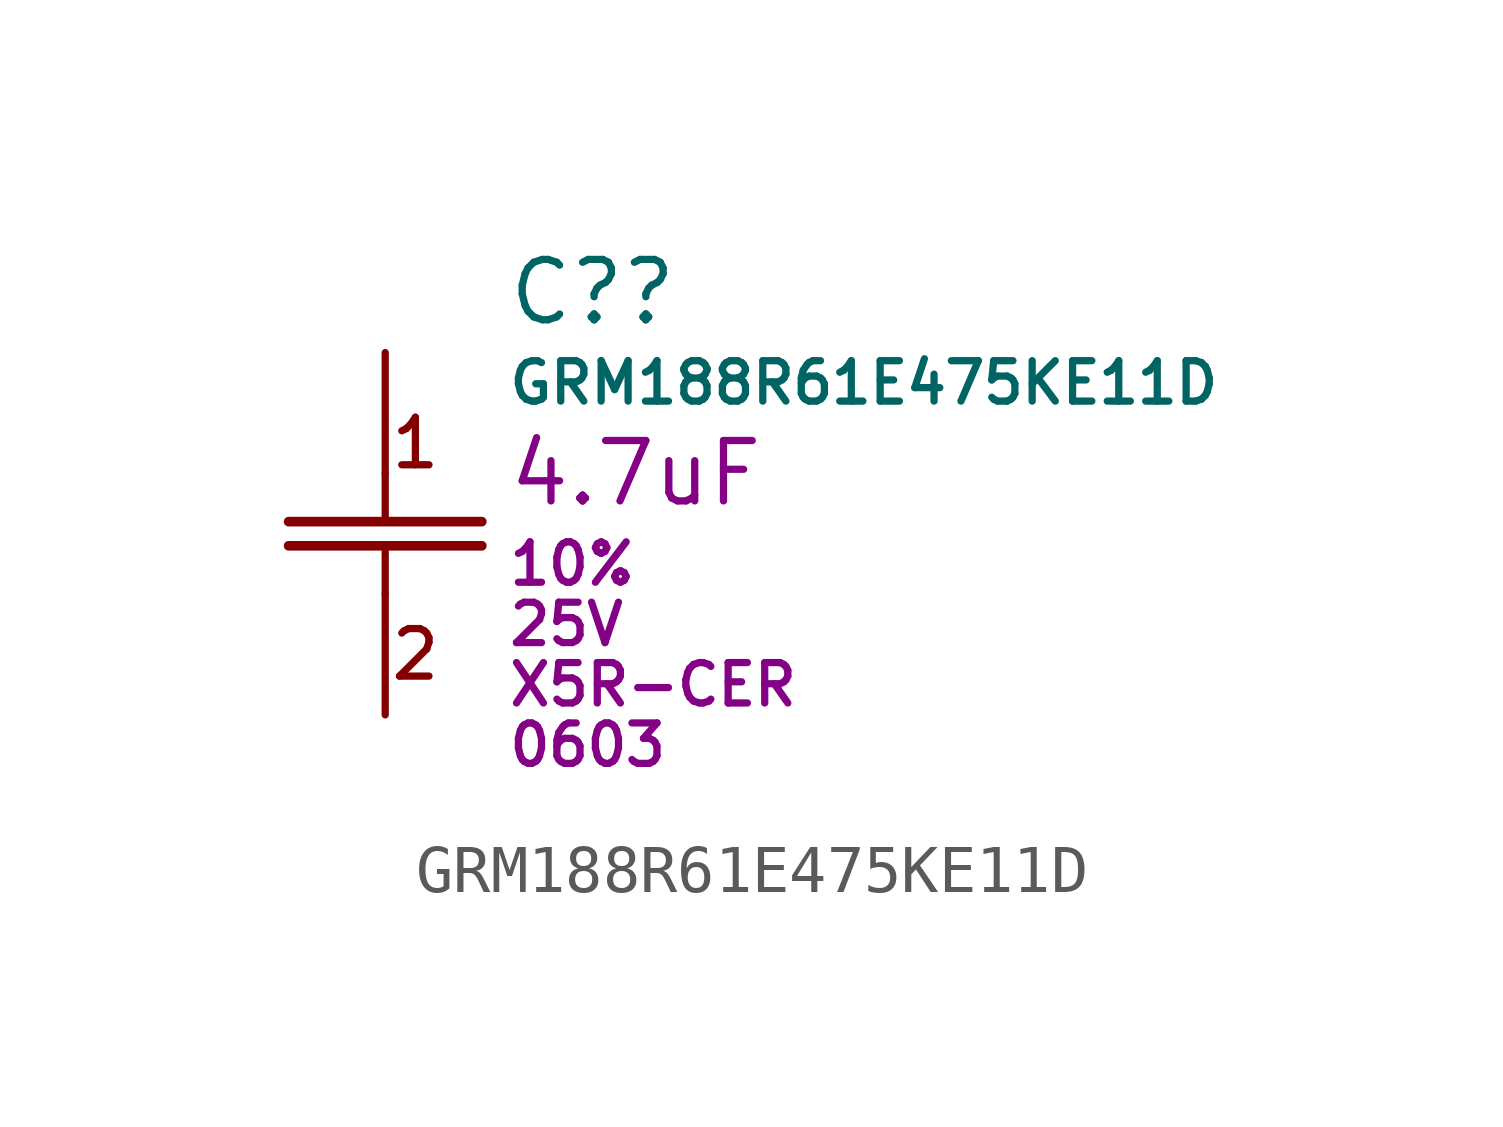
<source format=kicad_sym>
(kicad_symbol_lib
  (version 20211014)
  (generator kicad_symbol_editor)
  (symbol "GRM188R61E475KE11D"
    (pin_numbers hide)
    (pin_names
      (offset 1.016) hide)
    (property "Reference" "C?"
      (at 2.54 1.27 0)
      (effects (font (size 1.27 1.27)) (justify left)))
    (property "Value" "GRM188R61E475KE11D"
      (at 2.54 -0.635 0)
      (effects (font (size 0.85 0.85)) (justify left)))
    (property "Capacitance" "4.7uF"
      (at 2.54 -2.54 0)
      (effects (font (size 1.27 1.27)) (justify left)))
    (property "Tolerance" "10%"
      (at 2.54 -4.445 0)
      (effects (font (size 0.85 0.85)) (justify left)))
    (property "Rated Voltage" "25V"
      (at 2.54 -5.715 0)
      (effects (font (size 0.85 0.85)) (justify left)))
    (property "Code" "X5R-CER"
      (at 2.54 -6.985 0)
      (effects (font (size 0.85 0.85)) (justify left)))
    (property "Size" "0603"
      (at 2.54 -8.255 0)
      (effects (font (size 0.85 0.85)) (justify left)))
    (symbol "GRM188R61E475KE11D_0_0"
      (polyline (pts (xy 0 -5.08) (xy 0 -4.064)) (stroke (width 0) (type default) (color 0 0 0 0)) (fill (type none)))
      (polyline (pts (xy 0 -3.556) (xy 0 -2.54)) (stroke (width 0) (type default) (color 0 0 0 0)) (fill (type none)))
      (text "1" (at 0.635 -1.905 0) (effects (font (size 1 1))))
      (text "2" (at 0.635 -6.35 0) (effects (font (size 1 1)))))
    (symbol "GRM188R61E475KE11D_1_1"
      (polyline (pts (xy -2.032 -4.064) (xy 2.032 -4.064)) (stroke (width 0.203) (type default) (color 0 0 0 0)) (fill (type none)))
      (polyline (pts (xy -2.032 -3.556) (xy 2.032 -3.556)) (stroke (width 0.203) (type default) (color 0 0 0 0)) (fill (type none)))
      (pin passive line (at 0 0 270) (length 2.54) (name "1" (effects (font (size 1.27 1.27)))) (number "1" (effects (font (size 1.27 1.27)))))
      (pin passive line (at 0 -7.62 90) (length 2.54) (name "2" (effects (font (size 1.27 1.27)))) (number "2" (effects (font (size 1.27 1.27))))))))
</source>
